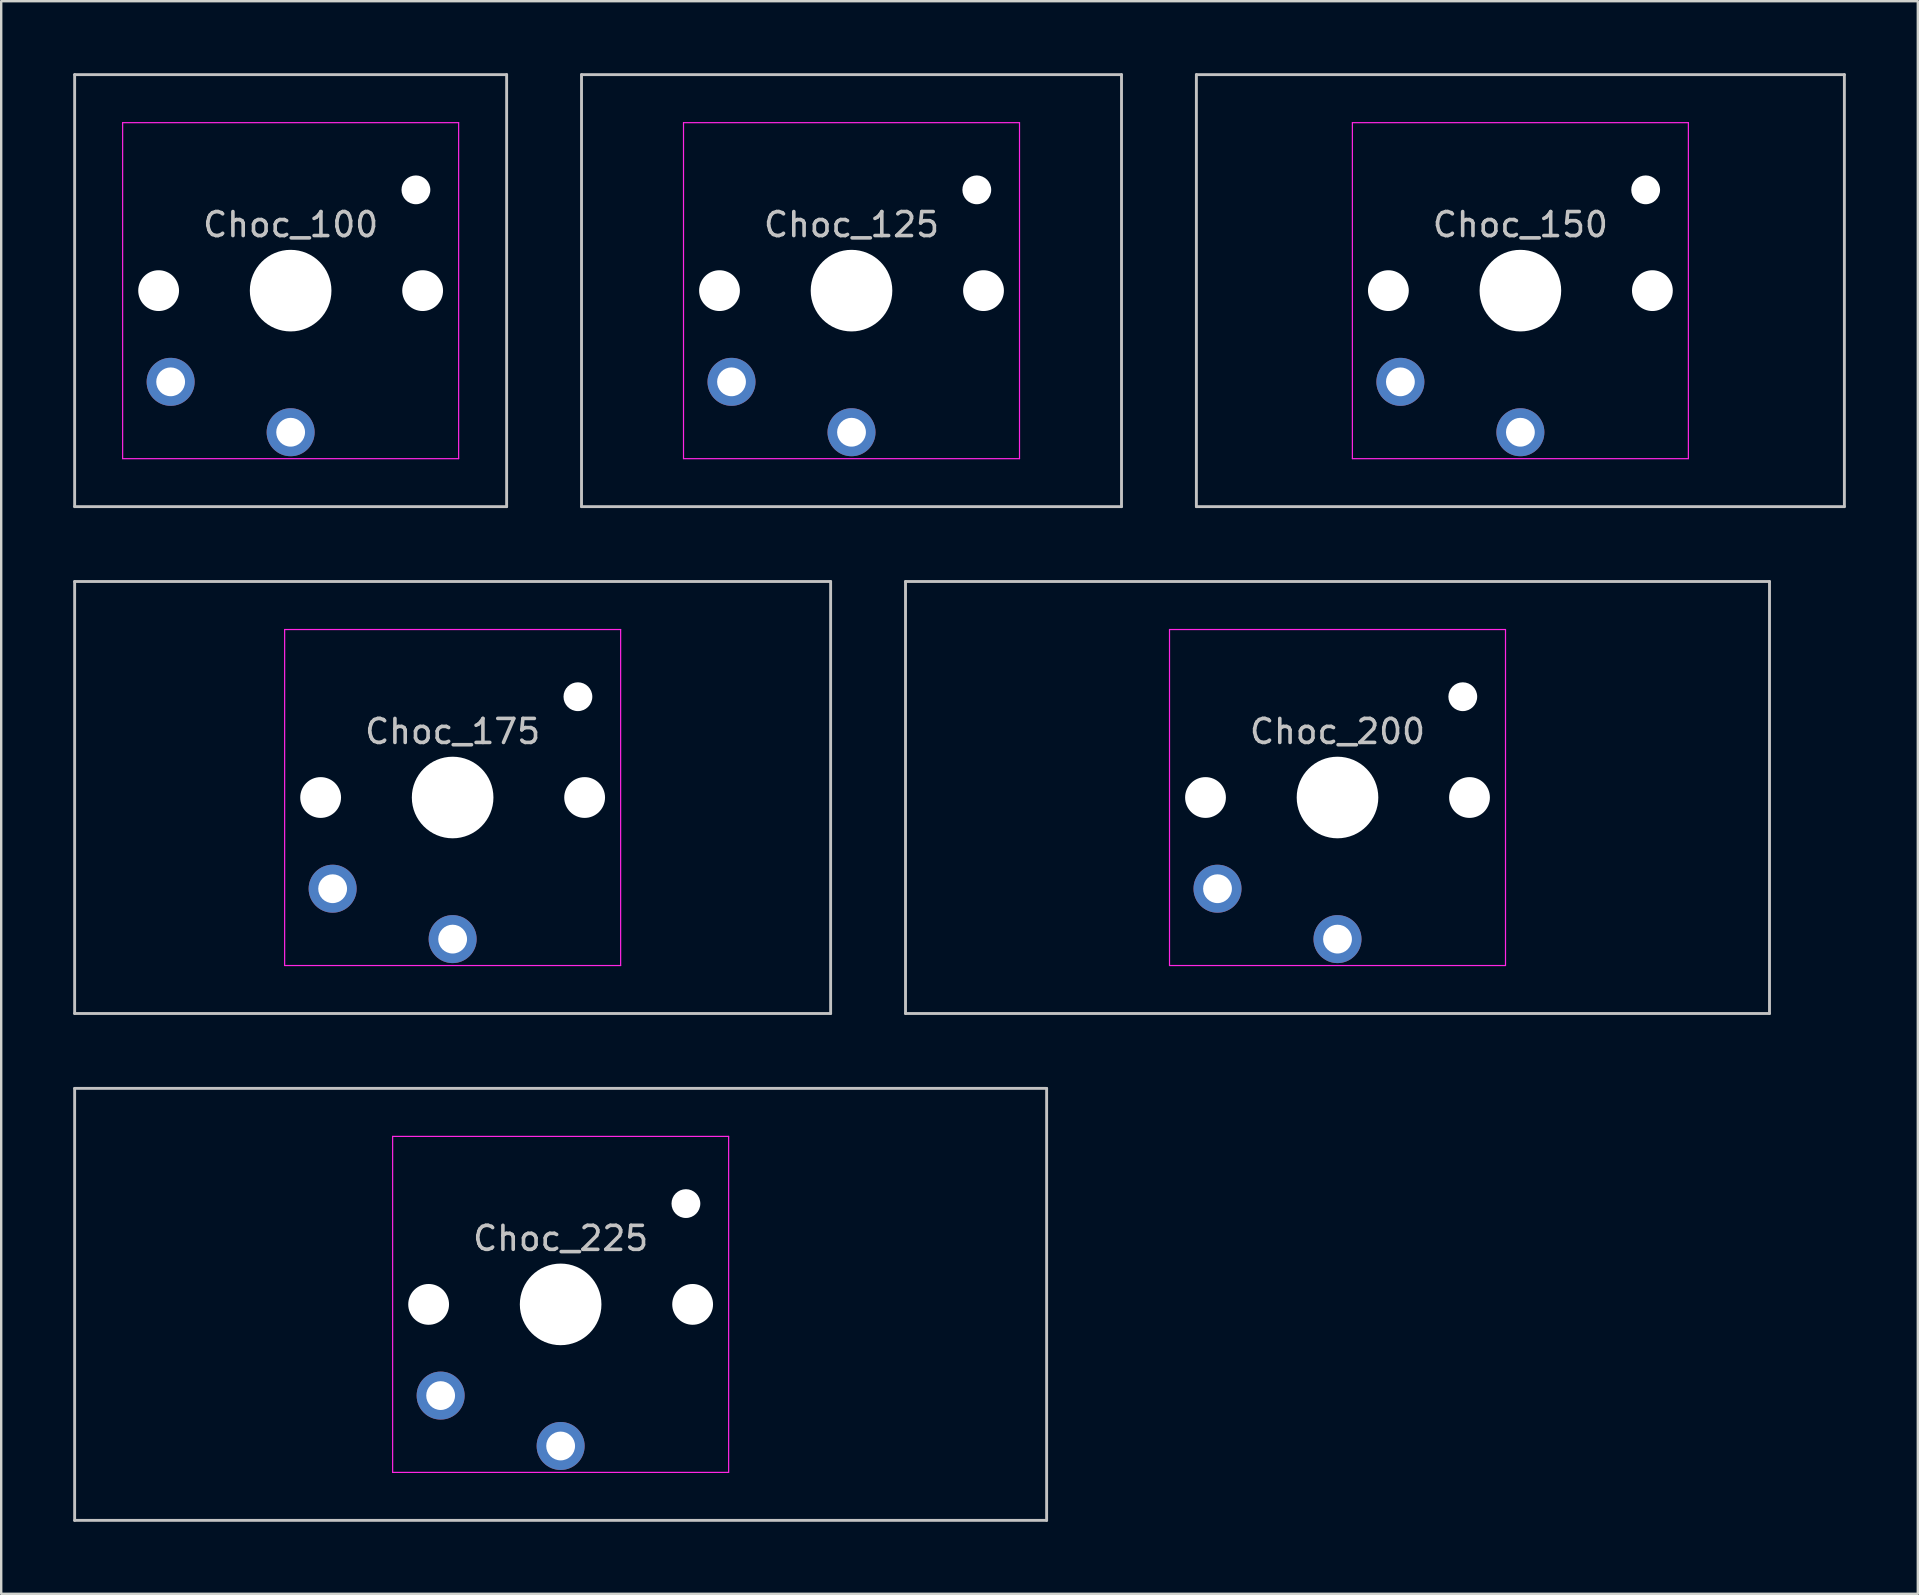
<source format=kicad_pcb>
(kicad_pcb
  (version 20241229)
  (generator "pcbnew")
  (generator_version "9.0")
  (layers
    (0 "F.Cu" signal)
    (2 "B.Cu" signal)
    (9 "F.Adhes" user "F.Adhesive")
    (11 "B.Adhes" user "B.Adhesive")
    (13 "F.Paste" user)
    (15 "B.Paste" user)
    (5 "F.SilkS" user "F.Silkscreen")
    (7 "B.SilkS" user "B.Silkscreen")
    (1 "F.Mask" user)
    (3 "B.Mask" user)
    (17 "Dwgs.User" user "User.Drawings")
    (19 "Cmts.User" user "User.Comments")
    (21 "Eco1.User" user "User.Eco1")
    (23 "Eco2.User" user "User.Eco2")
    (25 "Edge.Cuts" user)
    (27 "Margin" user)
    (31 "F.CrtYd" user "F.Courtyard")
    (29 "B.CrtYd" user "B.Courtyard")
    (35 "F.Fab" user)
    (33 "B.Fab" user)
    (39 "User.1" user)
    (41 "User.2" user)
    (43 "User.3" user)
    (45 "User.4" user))
  (footprint "Choc_100"
    (layer "F.Cu")
    (at 9.06 9.06)
    (property "Reference" "Choc_100" (at 0 -2.75 180) (layer "Dwgs.User") (effects (font (size 1 1) (thickness 0.15))))
    (attr through_hole exclude_from_pos_files exclude_from_bom)
    (fp_line (start -9 -9) (end 9 -9) (stroke (width 0.12) (type solid)) (layer "Dwgs.User"))
    (fp_line (start -9 9) (end -9 -9) (stroke (width 0.12) (type solid)) (layer "Dwgs.User"))
    (fp_line (start 9 -9) (end 9 9) (stroke (width 0.12) (type solid)) (layer "Dwgs.User"))
    (fp_line (start 9 9) (end -9 9) (stroke (width 0.12) (type solid)) (layer "Dwgs.User"))
    (fp_line (start -7 -7) (end 7 -7) (stroke (width 0.05) (type solid)) (layer "F.CrtYd"))
    (fp_line (start -7 7) (end -7 -7) (stroke (width 0.05) (type solid)) (layer "F.CrtYd"))
    (fp_line (start 7 -7) (end 7 7) (stroke (width 0.05) (type solid)) (layer "F.CrtYd"))
    (fp_line (start 7 7) (end -7 7) (stroke (width 0.05) (type solid)) (layer "F.CrtYd"))
    (pad "" np_thru_hole circle (at -5.5 0 180) (size 1.7 1.7) (drill 1.7) (layers "*.Cu" "*.Mask"))
    (pad "" np_thru_hole circle (at 0 0 180) (size 3.4 3.4) (drill 3.4) (layers "*.Cu" "*.Mask"))
    (pad "" np_thru_hole circle (at 5.22 -4.2 180) (size 1.2 1.2) (drill 1.2) (layers "*.Cu" "*.Mask"))
    (pad "" np_thru_hole circle (at 5.5 0 180) (size 1.7 1.7) (drill 1.7) (layers "*.Cu" "*.Mask"))
    (pad "1" thru_hole circle (at -5 3.8 180) (size 2 2) (drill 1.2) (layers "*.Cu" "B.Mask"))
    (pad "2" thru_hole circle (at 0 5.9 180) (size 2 2) (drill 1.2) (layers "*.Cu" "B.Mask")))
  (footprint "Choc_125"
    (layer "F.Cu")
    (at 32.43 9.06)
    (property "Reference" "Choc_125" (at 0 -2.75 180) (layer "Dwgs.User") (effects (font (size 1 1) (thickness 0.15))))
    (attr through_hole exclude_from_pos_files exclude_from_bom)
    (fp_line (start -11.25 -9) (end 11.25 -9) (stroke (width 0.12) (type solid)) (layer "Dwgs.User"))
    (fp_line (start -11.25 9) (end -11.25 -9) (stroke (width 0.12) (type solid)) (layer "Dwgs.User"))
    (fp_line (start 11.25 -9) (end 11.25 9) (stroke (width 0.12) (type solid)) (layer "Dwgs.User"))
    (fp_line (start 11.25 9) (end -11.25 9) (stroke (width 0.12) (type solid)) (layer "Dwgs.User"))
    (fp_line (start -7 -7) (end 7 -7) (stroke (width 0.05) (type solid)) (layer "F.CrtYd"))
    (fp_line (start -7 7) (end -7 -7) (stroke (width 0.05) (type solid)) (layer "F.CrtYd"))
    (fp_line (start 7 -7) (end 7 7) (stroke (width 0.05) (type solid)) (layer "F.CrtYd"))
    (fp_line (start 7 7) (end -7 7) (stroke (width 0.05) (type solid)) (layer "F.CrtYd"))
    (pad "" np_thru_hole circle (at -5.5 0 180) (size 1.7 1.7) (drill 1.7) (layers "*.Cu" "*.Mask"))
    (pad "" np_thru_hole circle (at 0 0 180) (size 3.4 3.4) (drill 3.4) (layers "*.Cu" "*.Mask"))
    (pad "" np_thru_hole circle (at 5.22 -4.2 180) (size 1.2 1.2) (drill 1.2) (layers "*.Cu" "*.Mask"))
    (pad "" np_thru_hole circle (at 5.5 0 180) (size 1.7 1.7) (drill 1.7) (layers "*.Cu" "*.Mask"))
    (pad "1" thru_hole circle (at -5 3.8 180) (size 2 2) (drill 1.2) (layers "*.Cu" "B.Mask"))
    (pad "2" thru_hole circle (at 0 5.9 180) (size 2 2) (drill 1.2) (layers "*.Cu" "B.Mask")))
  (footprint "Choc_150"
    (layer "F.Cu")
    (at 60.3 9.06)
    (property "Reference" "Choc_150" (at 0 -2.75 180) (layer "Dwgs.User") (effects (font (size 1 1) (thickness 0.15))))
    (attr through_hole exclude_from_pos_files exclude_from_bom)
    (fp_line (start -13.5 -9) (end 13.5 -9) (stroke (width 0.12) (type solid)) (layer "Dwgs.User"))
    (fp_line (start -13.5 9) (end -13.5 -9) (stroke (width 0.12) (type solid)) (layer "Dwgs.User"))
    (fp_line (start 13.5 -9) (end 13.5 9) (stroke (width 0.12) (type solid)) (layer "Dwgs.User"))
    (fp_line (start 13.5 9) (end -13.5 9) (stroke (width 0.12) (type solid)) (layer "Dwgs.User"))
    (fp_line (start -7 -7) (end 7 -7) (stroke (width 0.05) (type solid)) (layer "F.CrtYd"))
    (fp_line (start -7 7) (end -7 -7) (stroke (width 0.05) (type solid)) (layer "F.CrtYd"))
    (fp_line (start 7 -7) (end 7 7) (stroke (width 0.05) (type solid)) (layer "F.CrtYd"))
    (fp_line (start 7 7) (end -7 7) (stroke (width 0.05) (type solid)) (layer "F.CrtYd"))
    (pad "" np_thru_hole circle (at -5.5 0 180) (size 1.7 1.7) (drill 1.7) (layers "*.Cu" "*.Mask"))
    (pad "" np_thru_hole circle (at 0 0 180) (size 3.4 3.4) (drill 3.4) (layers "*.Cu" "*.Mask"))
    (pad "" np_thru_hole circle (at 5.22 -4.2 180) (size 1.2 1.2) (drill 1.2) (layers "*.Cu" "*.Mask"))
    (pad "" np_thru_hole circle (at 5.5 0 180) (size 1.7 1.7) (drill 1.7) (layers "*.Cu" "*.Mask"))
    (pad "1" thru_hole circle (at -5 3.8 180) (size 2 2) (drill 1.2) (layers "*.Cu" "B.Mask"))
    (pad "2" thru_hole circle (at 0 5.9 180) (size 2 2) (drill 1.2) (layers "*.Cu" "B.Mask")))
  (footprint "Choc_225"
    (layer "F.Cu")
    (at 20.31 51.3)
    (property "Reference" "Choc_225" (at 0 -2.75 180) (layer "Dwgs.User") (effects (font (size 1 1) (thickness 0.15))))
    (attr through_hole exclude_from_pos_files exclude_from_bom)
    (fp_line (start -20.25 -9) (end 20.25 -9) (stroke (width 0.12) (type solid)) (layer "Dwgs.User"))
    (fp_line (start -20.25 9) (end -20.25 -9) (stroke (width 0.12) (type solid)) (layer "Dwgs.User"))
    (fp_line (start 20.25 -9) (end 20.25 9) (stroke (width 0.12) (type solid)) (layer "Dwgs.User"))
    (fp_line (start 20.25 9) (end -20.25 9) (stroke (width 0.12) (type solid)) (layer "Dwgs.User"))
    (fp_line (start -7 -7) (end 7 -7) (stroke (width 0.05) (type solid)) (layer "F.CrtYd"))
    (fp_line (start -7 7) (end -7 -7) (stroke (width 0.05) (type solid)) (layer "F.CrtYd"))
    (fp_line (start 7 -7) (end 7 7) (stroke (width 0.05) (type solid)) (layer "F.CrtYd"))
    (fp_line (start 7 7) (end -7 7) (stroke (width 0.05) (type solid)) (layer "F.CrtYd"))
    (pad "" np_thru_hole circle (at -5.5 0 180) (size 1.7 1.7) (drill 1.7) (layers "*.Cu" "*.Mask"))
    (pad "" np_thru_hole circle (at 0 0 180) (size 3.4 3.4) (drill 3.4) (layers "*.Cu" "*.Mask"))
    (pad "" np_thru_hole circle (at 5.22 -4.2 180) (size 1.2 1.2) (drill 1.2) (layers "*.Cu" "*.Mask"))
    (pad "" np_thru_hole circle (at 5.5 0 180) (size 1.7 1.7) (drill 1.7) (layers "*.Cu" "*.Mask"))
    (pad "1" thru_hole circle (at -5 3.8 180) (size 2 2) (drill 1.2) (layers "*.Cu" "B.Mask"))
    (pad "2" thru_hole circle (at 0 5.9 180) (size 2 2) (drill 1.2) (layers "*.Cu" "B.Mask")))
  (footprint "Choc_175"
    (layer "F.Cu")
    (at 15.81 30.18)
    (property "Reference" "Choc_175" (at 0 -2.75 180) (layer "Dwgs.User") (effects (font (size 1 1) (thickness 0.15))))
    (attr through_hole exclude_from_pos_files exclude_from_bom)
    (fp_line (start -15.75 -9) (end 15.75 -9) (stroke (width 0.12) (type solid)) (layer "Dwgs.User"))
    (fp_line (start -15.75 9) (end -15.75 -9) (stroke (width 0.12) (type solid)) (layer "Dwgs.User"))
    (fp_line (start 15.75 -9) (end 15.75 9) (stroke (width 0.12) (type solid)) (layer "Dwgs.User"))
    (fp_line (start 15.75 9) (end -15.75 9) (stroke (width 0.12) (type solid)) (layer "Dwgs.User"))
    (fp_line (start -7 -7) (end 7 -7) (stroke (width 0.05) (type solid)) (layer "F.CrtYd"))
    (fp_line (start -7 7) (end -7 -7) (stroke (width 0.05) (type solid)) (layer "F.CrtYd"))
    (fp_line (start 7 -7) (end 7 7) (stroke (width 0.05) (type solid)) (layer "F.CrtYd"))
    (fp_line (start 7 7) (end -7 7) (stroke (width 0.05) (type solid)) (layer "F.CrtYd"))
    (pad "" np_thru_hole circle (at -5.5 0 180) (size 1.7 1.7) (drill 1.7) (layers "*.Cu" "*.Mask"))
    (pad "" np_thru_hole circle (at 0 0 180) (size 3.4 3.4) (drill 3.4) (layers "*.Cu" "*.Mask"))
    (pad "" np_thru_hole circle (at 5.22 -4.2 180) (size 1.2 1.2) (drill 1.2) (layers "*.Cu" "*.Mask"))
    (pad "" np_thru_hole circle (at 5.5 0 180) (size 1.7 1.7) (drill 1.7) (layers "*.Cu" "*.Mask"))
    (pad "1" thru_hole circle (at -5 3.8 180) (size 2 2) (drill 1.2) (layers "*.Cu" "B.Mask"))
    (pad "2" thru_hole circle (at 0 5.9 180) (size 2 2) (drill 1.2) (layers "*.Cu" "B.Mask")))
  (footprint "Choc_200"
    (layer "F.Cu")
    (at 52.68 30.18)
    (property "Reference" "Choc_200" (at 0 -2.75 180) (layer "Dwgs.User") (effects (font (size 1 1) (thickness 0.15))))
    (attr through_hole exclude_from_pos_files exclude_from_bom)
    (fp_line (start -18 -9) (end 18 -9) (stroke (width 0.12) (type solid)) (layer "Dwgs.User"))
    (fp_line (start -18 9) (end -18 -9) (stroke (width 0.12) (type solid)) (layer "Dwgs.User"))
    (fp_line (start 18 -9) (end 18 9) (stroke (width 0.12) (type solid)) (layer "Dwgs.User"))
    (fp_line (start 18 9) (end -18 9) (stroke (width 0.12) (type solid)) (layer "Dwgs.User"))
    (fp_line (start -7 -7) (end 7 -7) (stroke (width 0.05) (type solid)) (layer "F.CrtYd"))
    (fp_line (start -7 7) (end -7 -7) (stroke (width 0.05) (type solid)) (layer "F.CrtYd"))
    (fp_line (start 7 -7) (end 7 7) (stroke (width 0.05) (type solid)) (layer "F.CrtYd"))
    (fp_line (start 7 7) (end -7 7) (stroke (width 0.05) (type solid)) (layer "F.CrtYd"))
    (pad "" np_thru_hole circle (at -5.5 0 180) (size 1.7 1.7) (drill 1.7) (layers "*.Cu" "*.Mask"))
    (pad "" np_thru_hole circle (at 0 0 180) (size 3.4 3.4) (drill 3.4) (layers "*.Cu" "*.Mask"))
    (pad "" np_thru_hole circle (at 5.22 -4.2 180) (size 1.2 1.2) (drill 1.2) (layers "*.Cu" "*.Mask"))
    (pad "" np_thru_hole circle (at 5.5 0 180) (size 1.7 1.7) (drill 1.7) (layers "*.Cu" "*.Mask"))
    (pad "1" thru_hole circle (at -5 3.8 180) (size 2 2) (drill 1.2) (layers "*.Cu" "B.Mask"))
    (pad "2" thru_hole circle (at 0 5.9 180) (size 2 2) (drill 1.2) (layers "*.Cu" "B.Mask")))
  (gr_rect
    (start -3 -3)
    (end 76.86 63.36)
    (stroke (width 0.1) (type default))
    (fill no)
    (layer "Edge.Cuts")))
</source>
